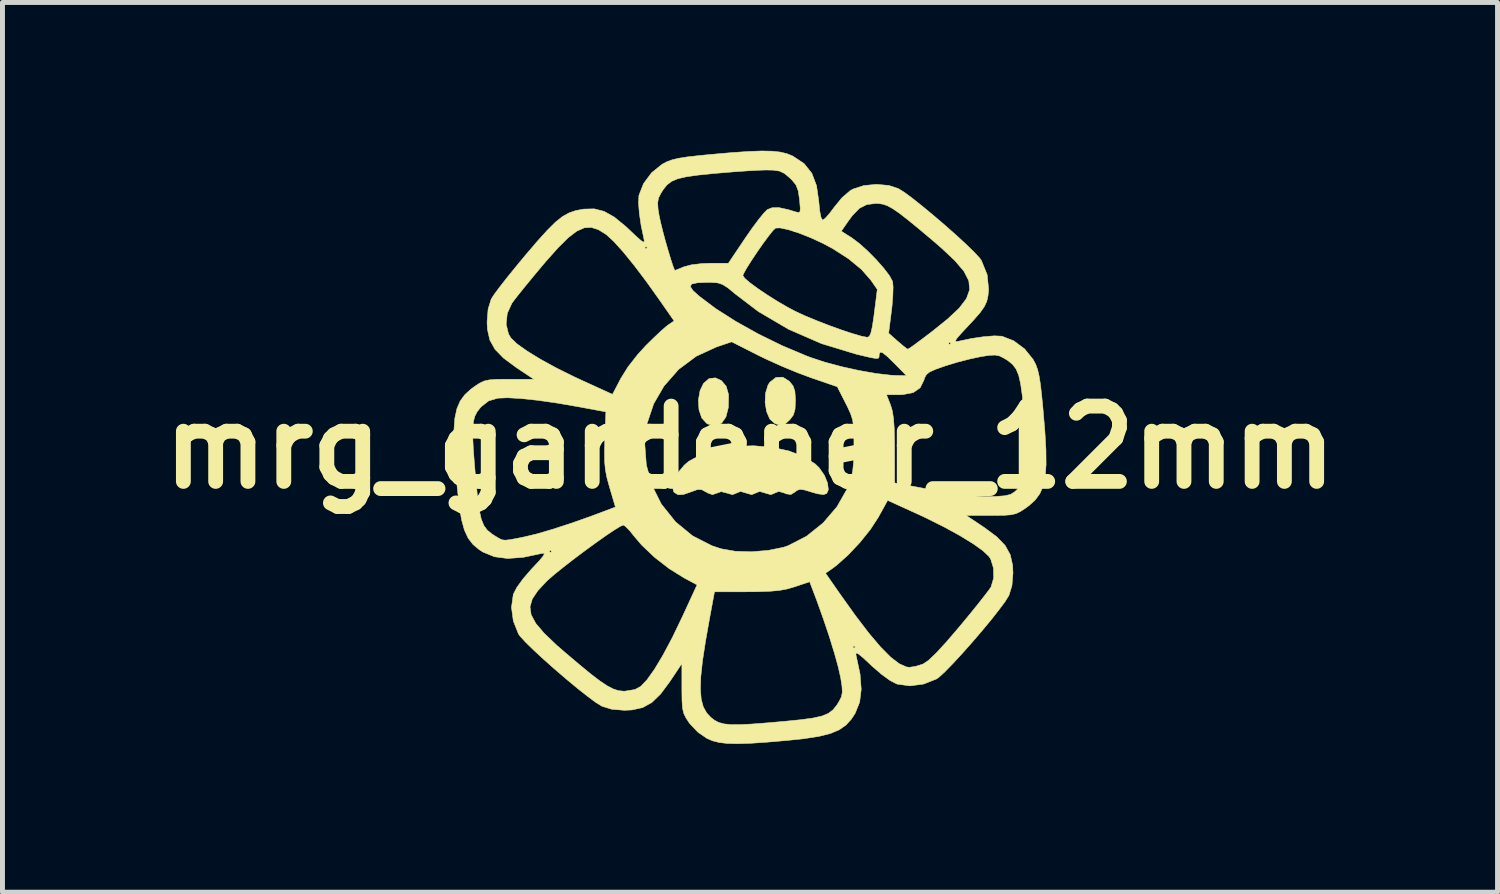
<source format=kicad_pcb>
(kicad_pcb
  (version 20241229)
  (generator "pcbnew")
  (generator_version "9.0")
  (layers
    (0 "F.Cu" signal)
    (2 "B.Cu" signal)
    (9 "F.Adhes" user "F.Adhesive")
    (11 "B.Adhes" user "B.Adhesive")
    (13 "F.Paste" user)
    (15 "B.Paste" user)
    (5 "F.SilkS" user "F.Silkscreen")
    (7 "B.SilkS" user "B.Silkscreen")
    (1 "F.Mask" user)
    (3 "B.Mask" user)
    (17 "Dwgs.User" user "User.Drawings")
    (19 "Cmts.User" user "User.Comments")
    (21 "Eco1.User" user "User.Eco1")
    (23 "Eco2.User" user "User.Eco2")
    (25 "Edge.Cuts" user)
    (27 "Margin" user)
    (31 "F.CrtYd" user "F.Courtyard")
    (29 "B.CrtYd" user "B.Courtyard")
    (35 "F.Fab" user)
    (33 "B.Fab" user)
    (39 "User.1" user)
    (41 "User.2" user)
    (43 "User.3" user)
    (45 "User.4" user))
  (footprint "mrg_gardener_12mm"
    (layer "F.Cu")
    (at 12.127 6.002)
    (property "Reference" "mrg_gardener_12mm" (at 0 0 0) (layer "F.SilkS") (effects (font (size 1.524 1.524) (thickness 0.3))))
    (attr through_hole)
    (fp_poly (pts (xy -0.579 -1.351) (xy -0.483 -1.237) (xy -0.435 -1.072) (xy -0.434 -1.064) (xy -0.438 -0.809) (xy -0.488 -0.614) (xy -0.577 -0.487) (xy -0.7 -0.436) (xy -0.85 -0.47) (xy -0.879 -0.486) (xy -0.977 -0.594) (xy -1.033 -0.76) (xy -1.045 -0.955) (xy -1.011 -1.149) (xy -0.94 -1.296) (xy -0.829 -1.391) (xy -0.701 -1.406) (xy -0.579 -1.351)) (stroke (width 0.01) (type solid)) (fill yes) (layer "F.SilkS"))
    (fp_poly (pts (xy 0.797 -1.336) (xy 0.871 -1.243) (xy 0.908 -1.135) (xy 0.919 -0.973) (xy 0.919 -0.943) (xy 0.911 -0.77) (xy 0.878 -0.656) (xy 0.81 -0.564) (xy 0.8 -0.554) (xy 0.706 -0.469) (xy 0.631 -0.444) (xy 0.532 -0.471) (xy 0.499 -0.484) (xy 0.401 -0.571) (xy 0.336 -0.721) (xy 0.305 -0.905) (xy 0.313 -1.094) (xy 0.364 -1.26) (xy 0.4 -1.317) (xy 0.525 -1.415) (xy 0.664 -1.42) (xy 0.797 -1.336)) (stroke (width 0.01) (type solid)) (fill yes) (layer "F.SilkS"))
    (fp_poly (pts (xy 0.438 -0.002) (xy 0.78 0.071) (xy 1.081 0.184) (xy 1.32 0.337) (xy 1.399 0.414) (xy 1.505 0.566) (xy 1.569 0.723) (xy 1.585 0.858) (xy 1.553 0.933) (xy 1.487 0.957) (xy 1.362 0.939) (xy 1.248 0.906) (xy 1.1 0.862) (xy 1.011 0.85) (xy 0.951 0.871) (xy 0.909 0.904) (xy 0.827 0.955) (xy 0.733 0.941) (xy 0.696 0.925) (xy 0.584 0.892) (xy 0.505 0.922) (xy 0.501 0.925) (xy 0.422 0.958) (xy 0.313 0.927) (xy 0.308 0.925) (xy 0.196 0.892) (xy 0.117 0.923) (xy 0.114 0.925) (xy 0.035 0.958) (xy -0.074 0.927) (xy -0.079 0.925) (xy -0.191 0.892) (xy -0.27 0.923) (xy -0.273 0.925) (xy -0.355 0.958) (xy -0.462 0.927) (xy -0.583 0.896) (xy -0.674 0.928) (xy -0.761 0.958) (xy -0.859 0.922) (xy -0.887 0.905) (xy -0.979 0.856) (xy -1.063 0.854) (xy -1.18 0.896) (xy -1.347 0.954) (xy -1.456 0.96) (xy -1.533 0.912) (xy -1.544 0.9) (xy -1.57 0.8) (xy -1.535 0.66) (xy -1.451 0.505) (xy -1.33 0.36) (xy -1.242 0.284) (xy -0.974 0.138) (xy -0.654 0.037) (xy -0.299 -0.019) (xy 0.071 -0.032) (xy 0.438 -0.002)) (stroke (width 0.01) (type solid)) (fill yes) (layer "F.SilkS"))
    (fp_poly (pts (xy 0.444 -5.993) (xy 0.61 -5.975) (xy 0.745 -5.943) (xy 0.861 -5.896) (xy 0.872 -5.89) (xy 1.095 -5.741) (xy 1.25 -5.547) (xy 1.346 -5.294) (xy 1.39 -4.99) (xy 1.41 -4.786) (xy 1.437 -4.651) (xy 1.468 -4.598) (xy 1.47 -4.598) (xy 1.523 -4.636) (xy 1.61 -4.734) (xy 1.708 -4.864) (xy 1.86 -5.05) (xy 2.022 -5.19) (xy 2.081 -5.225) (xy 2.301 -5.297) (xy 2.558 -5.322) (xy 2.811 -5.299) (xy 3.001 -5.236) (xy 3.119 -5.163) (xy 3.287 -5.039) (xy 3.49 -4.877) (xy 3.715 -4.691) (xy 3.946 -4.493) (xy 4.169 -4.296) (xy 4.369 -4.112) (xy 4.532 -3.954) (xy 4.643 -3.834) (xy 4.681 -3.783) (xy 4.799 -3.492) (xy 4.828 -3.196) (xy 4.815 -3.064) (xy 4.79 -2.951) (xy 4.74 -2.845) (xy 4.654 -2.724) (xy 4.517 -2.567) (xy 4.435 -2.48) (xy 4.284 -2.318) (xy 4.193 -2.215) (xy 4.157 -2.159) (xy 4.169 -2.14) (xy 4.223 -2.147) (xy 4.233 -2.15) (xy 4.485 -2.203) (xy 4.731 -2.239) (xy 4.943 -2.256) (xy 5.093 -2.249) (xy 5.099 -2.248) (xy 5.337 -2.155) (xy 5.557 -1.991) (xy 5.728 -1.779) (xy 5.731 -1.773) (xy 5.781 -1.679) (xy 5.819 -1.574) (xy 5.85 -1.442) (xy 5.878 -1.264) (xy 5.905 -1.02) (xy 5.927 -0.792) (xy 5.966 -0.332) (xy 5.988 0.044) (xy 5.991 0.348) (xy 5.973 0.59) (xy 5.931 0.783) (xy 5.865 0.937) (xy 5.771 1.065) (xy 5.649 1.176) (xy 5.572 1.233) (xy 5.471 1.299) (xy 5.381 1.342) (xy 5.277 1.365) (xy 5.133 1.376) (xy 4.924 1.378) (xy 4.868 1.378) (xy 4.374 1.378) (xy 4.738 1.621) (xy 4.99 1.808) (xy 5.161 1.984) (xy 5.265 2.171) (xy 5.314 2.387) (xy 5.321 2.542) (xy 5.3 2.798) (xy 5.239 2.997) (xy 5.236 3.001) (xy 5.162 3.121) (xy 5.036 3.29) (xy 4.874 3.496) (xy 4.686 3.722) (xy 4.487 3.954) (xy 4.288 4.178) (xy 4.103 4.378) (xy 3.944 4.541) (xy 3.824 4.651) (xy 3.776 4.686) (xy 3.513 4.79) (xy 3.236 4.827) (xy 2.979 4.791) (xy 2.969 4.788) (xy 2.835 4.719) (xy 2.661 4.593) (xy 2.47 4.428) (xy 2.448 4.407) (xy 2.294 4.263) (xy 2.197 4.183) (xy 2.15 4.161) (xy 2.142 4.19) (xy 2.146 4.209) (xy 2.226 4.585) (xy 2.25 4.896) (xy 2.218 5.157) (xy 2.127 5.383) (xy 2.052 5.498) (xy 1.942 5.62) (xy 1.806 5.715) (xy 1.629 5.79) (xy 1.397 5.848) (xy 1.095 5.895) (xy 0.763 5.93) (xy 0.346 5.966) (xy 0.011 5.989) (xy -0.254 5.997) (xy -0.462 5.992) (xy -0.626 5.972) (xy -0.76 5.938) (xy -0.872 5.89) (xy -1.056 5.763) (xy -1.217 5.593) (xy -1.233 5.572) (xy -1.299 5.471) (xy -1.342 5.381) (xy -1.366 5.277) (xy -1.376 5.132) (xy -1.379 4.922) (xy -1.379 4.895) (xy -1.004 4.895) (xy -0.988 5.095) (xy -0.946 5.251) (xy -0.878 5.373) (xy -0.794 5.464) (xy -0.718 5.523) (xy -0.634 5.567) (xy -0.529 5.596) (xy -0.391 5.61) (xy -0.207 5.611) (xy 0.036 5.599) (xy 0.351 5.575) (xy 0.722 5.542) (xy 1.043 5.51) (xy 1.284 5.476) (xy 1.459 5.436) (xy 1.586 5.383) (xy 1.68 5.311) (xy 1.758 5.214) (xy 1.804 5.139) (xy 1.849 5.049) (xy 1.867 4.957) (xy 1.861 4.833) (xy 1.834 4.662) (xy 1.786 4.448) (xy 1.708 4.165) (xy 1.669 4.04) (xy 2.08 4.04) (xy 2.105 4.064) (xy 2.129 4.04) (xy 2.105 4.016) (xy 2.08 4.04) (xy 1.669 4.04) (xy 1.606 3.834) (xy 1.485 3.475) (xy 1.354 3.108) (xy 1.31 2.993) (xy 1.207 2.72) (xy 0.906 2.821) (xy 0.755 2.865) (xy 0.598 2.895) (xy 0.41 2.912) (xy 0.168 2.921) (xy -0.057 2.923) (xy -0.719 2.924) (xy -0.818 3.458) (xy -0.902 3.932) (xy -0.962 4.323) (xy -0.996 4.641) (xy -1.004 4.895) (xy -1.379 4.895) (xy -1.379 4.869) (xy -1.379 4.375) (xy -1.622 4.739) (xy -1.808 4.99) (xy -1.985 5.162) (xy -2.172 5.266) (xy -2.389 5.314) (xy -2.542 5.321) (xy -2.798 5.3) (xy -2.997 5.239) (xy -3.001 5.236) (xy -3.121 5.162) (xy -3.29 5.036) (xy -3.496 4.874) (xy -3.722 4.686) (xy -3.954 4.487) (xy -4.178 4.288) (xy -4.378 4.103) (xy -4.541 3.944) (xy -4.651 3.824) (xy -4.686 3.776) (xy -4.79 3.513) (xy -4.827 3.236) (xy -4.825 3.227) (xy -4.452 3.227) (xy -4.429 3.389) (xy -4.335 3.563) (xy -4.166 3.762) (xy -3.92 3.997) (xy -3.75 4.145) (xy -3.455 4.395) (xy -3.22 4.588) (xy -3.035 4.729) (xy -2.888 4.827) (xy -2.768 4.889) (xy -2.664 4.923) (xy -2.564 4.934) (xy -2.538 4.935) (xy -2.329 4.901) (xy -2.212 4.838) (xy -2.086 4.706) (xy -1.933 4.491) (xy -1.76 4.202) (xy -1.572 3.849) (xy -1.375 3.439) (xy -1.373 3.436) (xy -1.072 2.783) (xy -1.331 2.644) (xy -1.487 2.547) (xy 1.528 2.547) (xy 1.812 2.955) (xy 2.128 3.398) (xy 2.403 3.758) (xy 2.641 4.039) (xy 2.845 4.245) (xy 3.018 4.378) (xy 3.163 4.443) (xy 3.226 4.451) (xy 3.351 4.432) (xy 3.495 4.387) (xy 3.504 4.383) (xy 3.61 4.312) (xy 3.766 4.164) (xy 3.973 3.939) (xy 4.233 3.635) (xy 4.245 3.621) (xy 4.432 3.395) (xy 4.6 3.188) (xy 4.738 3.013) (xy 4.835 2.886) (xy 4.879 2.821) (xy 4.93 2.644) (xy 4.926 2.443) (xy 4.871 2.264) (xy 4.837 2.21) (xy 4.714 2.093) (xy 4.514 1.95) (xy 4.248 1.787) (xy 3.931 1.613) (xy 3.573 1.434) (xy 3.4 1.353) (xy 2.785 1.073) (xy 2.595 1.417) (xy 2.436 1.661) (xy 2.224 1.925) (xy 1.988 2.176) (xy 1.756 2.384) (xy 1.671 2.448) (xy 1.528 2.547) (xy -1.487 2.547) (xy -1.634 2.456) (xy -1.932 2.225) (xy -2.192 1.978) (xy -2.333 1.813) (xy -2.435 1.687) (xy -2.52 1.6) (xy -2.564 1.572) (xy -2.629 1.601) (xy -2.755 1.678) (xy -2.927 1.794) (xy -3.13 1.938) (xy -3.349 2.098) (xy -3.569 2.263) (xy -3.776 2.424) (xy -3.955 2.568) (xy -4.09 2.685) (xy -4.12 2.714) (xy -4.294 2.901) (xy -4.406 3.068) (xy -4.452 3.227) (xy -4.825 3.227) (xy -4.791 2.979) (xy -4.788 2.969) (xy -4.719 2.835) (xy -4.593 2.661) (xy -4.428 2.47) (xy -4.407 2.448) (xy -4.263 2.294) (xy -4.183 2.197) (xy -4.161 2.15) (xy -4.19 2.142) (xy -4.209 2.146) (xy -4.59 2.226) (xy -4.906 2.249) (xy -5.171 2.214) (xy -5.4 2.121) (xy -5.425 2.105) (xy -4.064 2.105) (xy -4.04 2.129) (xy -4.016 2.105) (xy -4.04 2.08) (xy -4.064 2.105) (xy -5.425 2.105) (xy -5.479 2.071) (xy -5.605 1.966) (xy -5.703 1.839) (xy -5.779 1.676) (xy -5.838 1.462) (xy -5.884 1.182) (xy -5.924 0.821) (xy -5.927 0.792) (xy -5.966 0.332) (xy -5.988 -0.044) (xy -5.989 -0.205) (xy -5.611 -0.205) (xy -5.599 0.039) (xy -5.575 0.355) (xy -5.543 0.717) (xy -5.51 1.038) (xy -5.477 1.279) (xy -5.438 1.455) (xy -5.386 1.582) (xy -5.317 1.676) (xy -5.224 1.752) (xy -5.162 1.792) (xy -5.08 1.842) (xy -5.019 1.871) (xy -4.952 1.879) (xy -4.854 1.868) (xy -4.699 1.839) (xy -4.588 1.817) (xy -4.326 1.755) (xy -3.995 1.658) (xy -3.613 1.534) (xy -3.201 1.388) (xy -2.995 1.311) (xy -2.724 1.208) (xy -2.842 0.81) (xy -2.895 0.617) (xy -2.927 0.452) (xy -2.943 0.281) (xy -2.945 0.073) (xy -2.941 -0.07) (xy -2.13 -0.07) (xy -2.098 0.356) (xy -1.985 0.769) (xy -1.795 1.148) (xy -1.793 1.15) (xy -1.507 1.508) (xy -1.163 1.791) (xy -0.767 1.993) (xy -0.579 2.054) (xy -0.297 2.103) (xy 0.033 2.113) (xy 0.37 2.085) (xy 0.674 2.023) (xy 0.774 1.989) (xy 1.143 1.799) (xy 1.478 1.531) (xy 1.759 1.203) (xy 1.97 0.832) (xy 1.995 0.774) (xy 2.046 0.628) (xy 2.078 0.477) (xy 2.096 0.293) (xy 2.103 0.048) (xy 2.103 -0.025) (xy 2.102 -0.263) (xy 2.095 -0.433) (xy 2.074 -0.562) (xy 2.036 -0.679) (xy 1.975 -0.813) (xy 1.935 -0.892) (xy 1.848 -1.064) (xy 2.762 -1.064) (xy 2.843 -0.859) (xy 2.879 -0.74) (xy 2.903 -0.587) (xy 2.918 -0.381) (xy 2.924 -0.103) (xy 2.925 0.033) (xy 2.927 0.72) (xy 3.459 0.819) (xy 3.88 0.895) (xy 4.223 0.948) (xy 4.506 0.981) (xy 4.746 0.996) (xy 4.959 0.994) (xy 4.982 0.993) (xy 5.158 0.98) (xy 5.273 0.952) (xy 5.362 0.895) (xy 5.453 0.804) (xy 5.542 0.697) (xy 5.59 0.599) (xy 5.609 0.474) (xy 5.612 0.327) (xy 5.607 0.169) (xy 5.594 -0.059) (xy 5.575 -0.33) (xy 5.551 -0.618) (xy 5.542 -0.722) (xy 5.51 -1.043) (xy 5.476 -1.284) (xy 5.436 -1.459) (xy 5.383 -1.586) (xy 5.311 -1.68) (xy 5.214 -1.758) (xy 5.139 -1.804) (xy 5.049 -1.849) (xy 4.957 -1.867) (xy 4.833 -1.861) (xy 4.663 -1.834) (xy 4.449 -1.788) (xy 4.197 -1.723) (xy 3.959 -1.651) (xy 3.947 -1.647) (xy 3.755 -1.579) (xy 3.636 -1.526) (xy 3.569 -1.472) (xy 3.533 -1.406) (xy 3.521 -1.365) (xy 3.443 -1.205) (xy 3.303 -1.108) (xy 3.092 -1.067) (xy 3.015 -1.064) (xy 2.762 -1.064) (xy 1.848 -1.064) (xy 1.766 -1.226) (xy 1.234 -1.409) (xy 0.959 -1.511) (xy 0.645 -1.641) (xy 0.339 -1.779) (xy 0.165 -1.863) (xy -0.371 -2.135) (xy -0.677 -2.032) (xy -1.087 -1.844) (xy -1.444 -1.578) (xy -1.741 -1.24) (xy -1.949 -0.882) (xy -2.081 -0.489) (xy -2.13 -0.07) (xy -2.941 -0.07) (xy -2.938 -0.153) (xy -2.917 -0.718) (xy -3.454 -0.818) (xy -3.893 -0.894) (xy -4.289 -0.951) (xy -4.63 -0.987) (xy -4.903 -1.003) (xy -5.097 -0.995) (xy -5.108 -0.994) (xy -5.289 -0.94) (xy -5.437 -0.824) (xy -5.464 -0.794) (xy -5.523 -0.718) (xy -5.567 -0.633) (xy -5.596 -0.528) (xy -5.61 -0.39) (xy -5.611 -0.205) (xy -5.989 -0.205) (xy -5.991 -0.348) (xy -5.973 -0.59) (xy -5.931 -0.783) (xy -5.865 -0.937) (xy -5.771 -1.065) (xy -5.649 -1.176) (xy -5.572 -1.233) (xy -5.471 -1.299) (xy -5.381 -1.342) (xy -5.277 -1.365) (xy -5.133 -1.376) (xy -4.924 -1.378) (xy -4.868 -1.378) (xy -4.374 -1.378) (xy -4.738 -1.621) (xy -4.99 -1.808) (xy -5.161 -1.984) (xy -5.265 -2.171) (xy -5.314 -2.387) (xy -5.319 -2.493) (xy -4.935 -2.493) (xy -4.887 -2.294) (xy -4.837 -2.21) (xy -4.714 -2.093) (xy -4.513 -1.95) (xy -4.248 -1.787) (xy -3.93 -1.612) (xy -3.572 -1.434) (xy -3.398 -1.353) (xy -2.783 -1.072) (xy -2.614 -1.395) (xy -2.47 -1.626) (xy -2.275 -1.876) (xy -2.106 -2.061) (xy -1.947 -2.217) (xy -1.802 -2.354) (xy -1.69 -2.451) (xy -1.651 -2.481) (xy -1.536 -2.558) (xy -1.816 -2.96) (xy -2.026 -3.255) (xy -1.209 -3.255) (xy -1.155 -3.173) (xy -1.029 -3.059) (xy -0.694 -2.807) (xy -0.287 -2.548) (xy 0.168 -2.294) (xy 0.649 -2.058) (xy 1.133 -1.854) (xy 1.224 -1.819) (xy 1.519 -1.722) (xy 1.86 -1.631) (xy 2.215 -1.553) (xy 2.553 -1.494) (xy 2.846 -1.46) (xy 2.949 -1.455) (xy 3.165 -1.451) (xy 2.927 -1.693) (xy 2.779 -1.838) (xy 2.684 -1.914) (xy 2.632 -1.926) (xy 2.613 -1.881) (xy 2.613 -1.863) (xy 2.61 -1.822) (xy 2.592 -1.801) (xy 2.54 -1.799) (xy 2.438 -1.817) (xy 2.267 -1.857) (xy 2.153 -1.884) (xy 1.446 -2.099) (xy 0.78 -2.389) (xy 0.169 -2.748) (xy -0.299 -3.104) (xy -0.445 -3.225) (xy -0.554 -3.295) (xy -0.656 -3.328) (xy -0.786 -3.337) (xy -0.855 -3.338) (xy -1.063 -3.33) (xy -1.18 -3.305) (xy -1.209 -3.255) (xy -2.026 -3.255) (xy -2.091 -3.346) (xy -2.188 -3.475) (xy -0.145 -3.475) (xy -0.106 -3.42) (xy 0.001 -3.328) (xy 0.158 -3.213) (xy 0.349 -3.084) (xy 0.557 -2.953) (xy 0.764 -2.833) (xy 0.913 -2.754) (xy 1.107 -2.664) (xy 1.341 -2.567) (xy 1.593 -2.469) (xy 1.844 -2.378) (xy 2.07 -2.303) (xy 2.252 -2.25) (xy 2.369 -2.227) (xy 2.375 -2.227) (xy 2.414 -2.245) (xy 2.445 -2.312) (xy 2.475 -2.442) (xy 2.506 -2.65) (xy 2.514 -2.711) (xy 2.575 -3.196) (xy 2.443 -3.386) (xy 2.256 -3.599) (xy 1.993 -3.816) (xy 1.672 -4.022) (xy 1.476 -4.127) (xy 1.225 -4.243) (xy 0.985 -4.337) (xy 0.872 -4.374) (xy 1.847 -4.374) (xy 2.057 -4.241) (xy 2.208 -4.128) (xy 2.378 -3.976) (xy 2.549 -3.803) (xy 2.702 -3.63) (xy 2.82 -3.476) (xy 2.883 -3.36) (xy 2.886 -3.349) (xy 2.895 -3.244) (xy 2.89 -3.072) (xy 2.874 -2.864) (xy 2.862 -2.763) (xy 2.805 -2.31) (xy 2.987 -2.149) (xy 3.096 -2.056) (xy 3.173 -1.997) (xy 3.193 -1.986) (xy 3.238 -2.013) (xy 3.345 -2.088) (xy 3.366 -2.105) (xy 4.016 -2.105) (xy 4.04 -2.08) (xy 4.064 -2.105) (xy 4.04 -2.129) (xy 4.016 -2.105) (xy 3.366 -2.105) (xy 3.496 -2.201) (xy 3.677 -2.339) (xy 3.69 -2.349) (xy 4.002 -2.6) (xy 4.232 -2.816) (xy 4.379 -3.009) (xy 4.444 -3.19) (xy 4.427 -3.37) (xy 4.329 -3.562) (xy 4.148 -3.775) (xy 3.885 -4.023) (xy 3.702 -4.182) (xy 3.418 -4.421) (xy 3.195 -4.603) (xy 3.023 -4.737) (xy 2.889 -4.829) (xy 2.782 -4.888) (xy 2.691 -4.92) (xy 2.604 -4.933) (xy 2.544 -4.935) (xy 2.364 -4.913) (xy 2.215 -4.838) (xy 2.073 -4.693) (xy 1.989 -4.579) (xy 1.847 -4.374) (xy 0.872 -4.374) (xy 0.773 -4.405) (xy 0.61 -4.44) (xy 0.517 -4.437) (xy 0.466 -4.389) (xy 0.378 -4.279) (xy 0.266 -4.128) (xy 0.146 -3.956) (xy 0.031 -3.784) (xy -0.065 -3.632) (xy -0.128 -3.52) (xy -0.145 -3.475) (xy -2.188 -3.475) (xy -2.344 -3.681) (xy -2.568 -3.957) (xy -2.643 -4.04) (xy -2.129 -4.04) (xy -2.105 -4.016) (xy -2.08 -4.04) (xy -2.105 -4.064) (xy -2.129 -4.04) (xy -2.643 -4.04) (xy -2.757 -4.166) (xy -2.904 -4.301) (xy -2.916 -4.31) (xy -3.069 -4.405) (xy -3.212 -4.45) (xy -3.354 -4.442) (xy -3.507 -4.374) (xy -3.679 -4.242) (xy -3.883 -4.04) (xy -4.128 -3.765) (xy -4.182 -3.702) (xy -4.366 -3.482) (xy -4.537 -3.274) (xy -4.68 -3.097) (xy -4.783 -2.965) (xy -4.819 -2.915) (xy -4.912 -2.711) (xy -4.935 -2.493) (xy -5.319 -2.493) (xy -5.321 -2.542) (xy -5.3 -2.798) (xy -5.238 -2.998) (xy -5.236 -3.002) (xy -5.179 -3.091) (xy -5.069 -3.239) (xy -4.92 -3.43) (xy -4.741 -3.651) (xy -4.546 -3.887) (xy -4.537 -3.897) (xy -4.295 -4.18) (xy -4.099 -4.396) (xy -3.938 -4.556) (xy -3.798 -4.668) (xy -3.667 -4.742) (xy -3.533 -4.789) (xy -3.384 -4.818) (xy -3.363 -4.821) (xy -3.152 -4.826) (xy -2.952 -4.775) (xy -2.746 -4.659) (xy -2.515 -4.47) (xy -2.448 -4.407) (xy -2.296 -4.263) (xy -2.201 -4.18) (xy -2.152 -4.152) (xy -2.139 -4.172) (xy -2.15 -4.233) (xy -2.204 -4.49) (xy -2.24 -4.739) (xy -2.256 -4.946) (xy -1.869 -4.946) (xy -1.86 -4.814) (xy -1.838 -4.684) (xy -1.81 -4.552) (xy -1.766 -4.375) (xy -1.713 -4.176) (xy -1.655 -3.976) (xy -1.601 -3.797) (xy -1.556 -3.66) (xy -1.526 -3.587) (xy -1.52 -3.58) (xy -1.475 -3.597) (xy -1.373 -3.638) (xy -1.338 -3.653) (xy -1.184 -3.694) (xy -0.971 -3.719) (xy -0.801 -3.725) (xy -0.438 -3.725) (xy -0.097 -4.233) (xy 0.042 -4.433) (xy 0.173 -4.609) (xy 0.28 -4.74) (xy 0.35 -4.81) (xy 0.351 -4.811) (xy 0.451 -4.85) (xy 0.585 -4.851) (xy 0.773 -4.81) (xy 0.914 -4.767) (xy 0.979 -4.751) (xy 1.011 -4.767) (xy 1.017 -4.836) (xy 1.005 -4.977) (xy 1.002 -5.014) (xy 0.976 -5.189) (xy 0.93 -5.309) (xy 0.847 -5.411) (xy 0.801 -5.455) (xy 0.696 -5.543) (xy 0.598 -5.59) (xy 0.472 -5.609) (xy 0.327 -5.612) (xy 0.169 -5.607) (xy -0.059 -5.594) (xy -0.33 -5.575) (xy -0.618 -5.551) (xy -0.722 -5.542) (xy -1.043 -5.51) (xy -1.283 -5.476) (xy -1.459 -5.436) (xy -1.586 -5.383) (xy -1.68 -5.311) (xy -1.758 -5.214) (xy -1.805 -5.138) (xy -1.852 -5.043) (xy -1.869 -4.946) (xy -2.256 -4.946) (xy -2.256 -4.951) (xy -2.248 -5.098) (xy -2.248 -5.099) (xy -2.155 -5.337) (xy -1.991 -5.557) (xy -1.779 -5.728) (xy -1.773 -5.731) (xy -1.679 -5.781) (xy -1.574 -5.819) (xy -1.442 -5.85) (xy -1.264 -5.878) (xy -1.02 -5.905) (xy -0.792 -5.927) (xy -0.372 -5.964) (xy -0.034 -5.987) (xy 0.234 -5.997) (xy 0.444 -5.993)) (stroke (width 0.01) (type solid)) (fill yes) (layer "F.SilkS")))
  (gr_rect
    (start -3 -3)
    (end 27.253 15.004)
    (stroke (width 0.1) (type default))
    (fill no)
    (layer "Edge.Cuts")))
</source>
